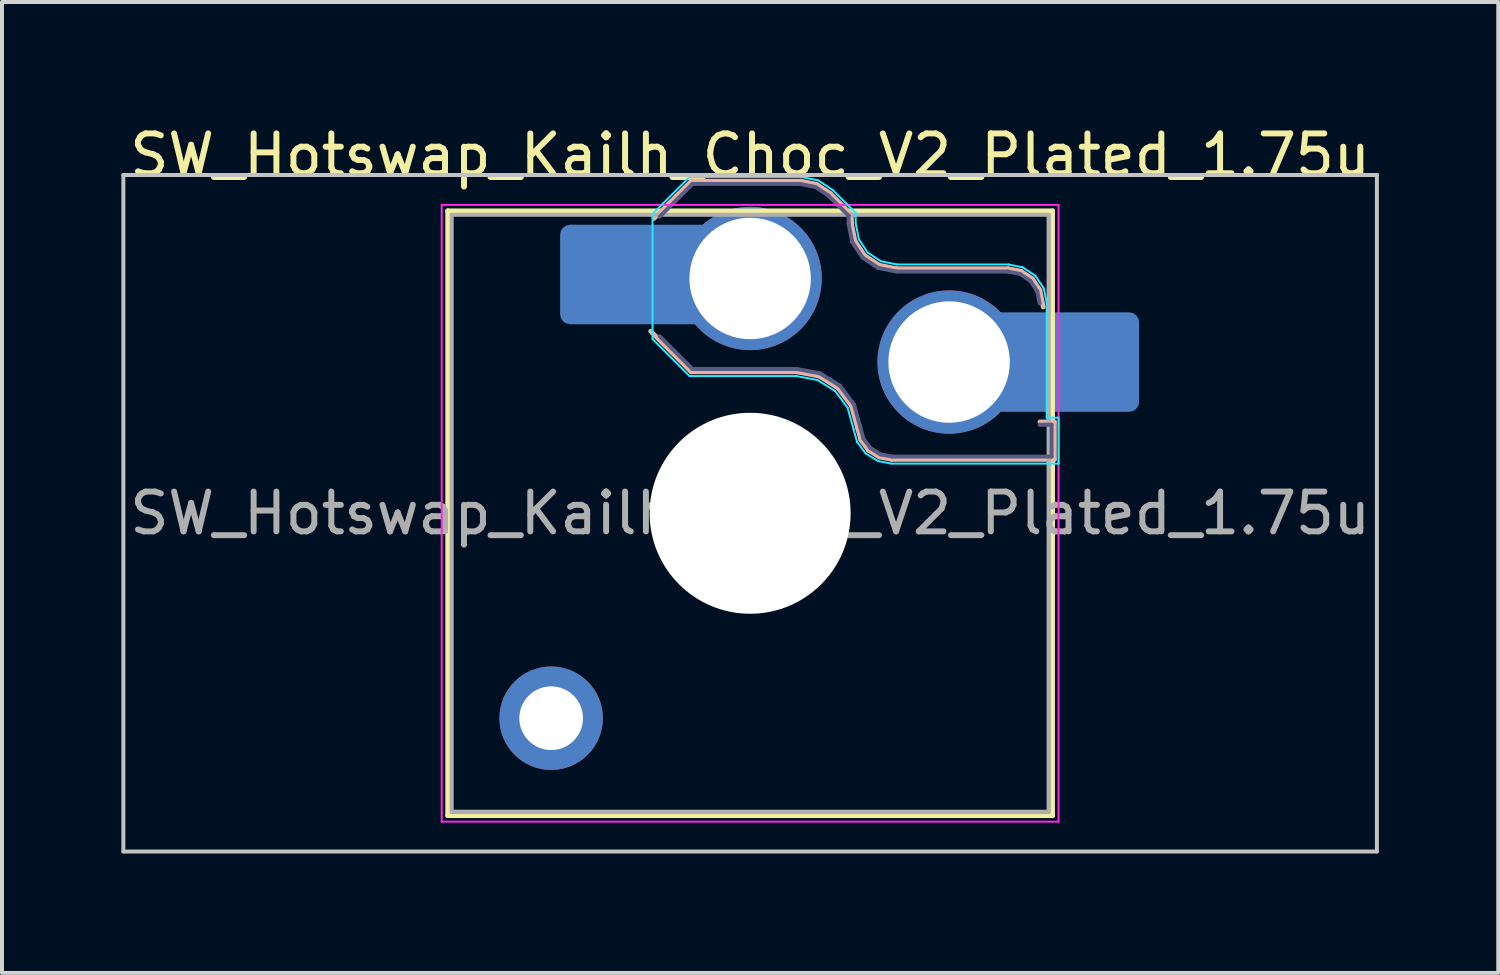
<source format=kicad_pcb>
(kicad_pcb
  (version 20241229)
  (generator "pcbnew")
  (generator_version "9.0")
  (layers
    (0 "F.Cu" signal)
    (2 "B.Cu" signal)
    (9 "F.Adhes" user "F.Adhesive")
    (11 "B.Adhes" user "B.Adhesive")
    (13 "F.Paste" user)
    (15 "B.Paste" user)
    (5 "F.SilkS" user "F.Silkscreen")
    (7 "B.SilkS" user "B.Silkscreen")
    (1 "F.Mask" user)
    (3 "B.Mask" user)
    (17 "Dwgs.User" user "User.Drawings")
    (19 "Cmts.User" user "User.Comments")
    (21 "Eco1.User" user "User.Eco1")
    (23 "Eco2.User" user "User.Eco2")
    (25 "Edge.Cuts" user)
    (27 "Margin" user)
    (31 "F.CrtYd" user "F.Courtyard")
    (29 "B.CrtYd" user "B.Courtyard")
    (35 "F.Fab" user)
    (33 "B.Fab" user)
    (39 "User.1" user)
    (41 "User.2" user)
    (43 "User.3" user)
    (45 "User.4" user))
  (footprint "SW_Hotswap_Kailh_Choc_V2_Plated_1.75u"
    (layer "F.Cu")
    (at 15.8 9.848)
    (property "Reference" "SW_Hotswap_Kailh_Choc_V2_Plated_1.75u" (at 0 -9 0) (layer "F.SilkS") (effects (font (size 1 1) (thickness 0.15))))
    (attr smd)
    (fp_line (start -7.6 -7.6) (end -7.6 7.6) (stroke (width 0.12) (type solid)) (layer "F.SilkS"))
    (fp_line (start -7.6 7.6) (end 7.6 7.6) (stroke (width 0.12) (type solid)) (layer "F.SilkS"))
    (fp_line (start 7.6 -7.6) (end -7.6 -7.6) (stroke (width 0.12) (type solid)) (layer "F.SilkS"))
    (fp_line (start 7.6 7.6) (end 7.6 -7.6) (stroke (width 0.12) (type solid)) (layer "F.SilkS"))
    (fp_line (start -2.416 -7.409) (end -1.479 -8.346) (stroke (width 0.12) (type solid)) (layer "B.SilkS"))
    (fp_line (start -1.479 -8.346) (end 1.268 -8.346) (stroke (width 0.12) (type solid)) (layer "B.SilkS"))
    (fp_line (start -1.479 -3.554) (end -2.5 -4.575) (stroke (width 0.12) (type solid)) (layer "B.SilkS"))
    (fp_line (start 1.168 -3.554) (end -1.479 -3.554) (stroke (width 0.12) (type solid)) (layer "B.SilkS"))
    (fp_line (start 1.268 -8.346) (end 1.671 -8.266) (stroke (width 0.12) (type solid)) (layer "B.SilkS"))
    (fp_line (start 1.671 -8.266) (end 2.013 -8.037) (stroke (width 0.12) (type solid)) (layer "B.SilkS"))
    (fp_line (start 1.73 -3.449) (end 1.168 -3.554) (stroke (width 0.12) (type solid)) (layer "B.SilkS"))
    (fp_line (start 2.013 -8.037) (end 2.546 -7.504) (stroke (width 0.12) (type solid)) (layer "B.SilkS"))
    (fp_line (start 2.209 -3.15) (end 1.73 -3.449) (stroke (width 0.12) (type solid)) (layer "B.SilkS"))
    (fp_line (start 2.546 -7.504) (end 2.546 -7.282) (stroke (width 0.12) (type solid)) (layer "B.SilkS"))
    (fp_line (start 2.546 -7.282) (end 2.633 -6.844) (stroke (width 0.12) (type solid)) (layer "B.SilkS"))
    (fp_line (start 2.547 -2.697) (end 2.209 -3.15) (stroke (width 0.12) (type solid)) (layer "B.SilkS"))
    (fp_line (start 2.633 -6.844) (end 2.877 -6.477) (stroke (width 0.12) (type solid)) (layer "B.SilkS"))
    (fp_line (start 2.701 -2.139) (end 2.547 -2.697) (stroke (width 0.12) (type solid)) (layer "B.SilkS"))
    (fp_line (start 2.783 -1.841) (end 2.701 -2.139) (stroke (width 0.12) (type solid)) (layer "B.SilkS"))
    (fp_line (start 2.877 -6.477) (end 3.244 -6.233) (stroke (width 0.12) (type solid)) (layer "B.SilkS"))
    (fp_line (start 2.976 -1.583) (end 2.783 -1.841) (stroke (width 0.12) (type solid)) (layer "B.SilkS"))
    (fp_line (start 3.244 -6.233) (end 3.682 -6.146) (stroke (width 0.12) (type solid)) (layer "B.SilkS"))
    (fp_line (start 3.25 -1.413) (end 2.976 -1.583) (stroke (width 0.12) (type solid)) (layer "B.SilkS"))
    (fp_line (start 3.56 -1.354) (end 3.25 -1.413) (stroke (width 0.12) (type solid)) (layer "B.SilkS"))
    (fp_line (start 3.682 -6.146) (end 6.482 -6.146) (stroke (width 0.12) (type solid)) (layer "B.SilkS"))
    (fp_line (start 6.482 -6.146) (end 6.809 -6.081) (stroke (width 0.12) (type solid)) (layer "B.SilkS"))
    (fp_line (start 6.809 -6.081) (end 7.092 -5.892) (stroke (width 0.12) (type solid)) (layer "B.SilkS"))
    (fp_line (start 7.092 -5.892) (end 7.281 -5.609) (stroke (width 0.12) (type solid)) (layer "B.SilkS"))
    (fp_line (start 7.281 -5.609) (end 7.366 -5.182) (stroke (width 0.12) (type solid)) (layer "B.SilkS"))
    (fp_line (start 7.283 -2.296) (end 7.646 -2.296) (stroke (width 0.12) (type solid)) (layer "B.SilkS"))
    (fp_line (start 7.646 -2.296) (end 7.646 -1.354) (stroke (width 0.12) (type solid)) (layer "B.SilkS"))
    (fp_line (start 7.646 -1.354) (end 3.56 -1.354) (stroke (width 0.12) (type solid)) (layer "B.SilkS"))
    (fp_line (start -15.75 -8.5) (end -15.75 8.5) (stroke (width 0.1) (type solid)) (layer "Dwgs.User"))
    (fp_line (start -15.75 8.5) (end 15.75 8.5) (stroke (width 0.1) (type solid)) (layer "Dwgs.User"))
    (fp_line (start 15.75 -8.5) (end -15.75 -8.5) (stroke (width 0.1) (type solid)) (layer "Dwgs.User"))
    (fp_line (start 15.75 8.5) (end 15.75 -8.5) (stroke (width 0.1) (type solid)) (layer "Dwgs.User"))
    (fp_line (start -7.25 -7.25) (end -7.25 7.25) (stroke (width 0.1) (type solid)) (layer "Eco1.User"))
    (fp_line (start -7.25 7.25) (end 7.25 7.25) (stroke (width 0.1) (type solid)) (layer "Eco1.User"))
    (fp_line (start 7.25 -7.25) (end -7.25 -7.25) (stroke (width 0.1) (type solid)) (layer "Eco1.User"))
    (fp_line (start 7.25 7.25) (end 7.25 -7.25) (stroke (width 0.1) (type solid)) (layer "Eco1.User"))
    (fp_line (start -2.452 -7.523) (end -1.523 -8.452) (stroke (width 0.05) (type solid)) (layer "B.CrtYd"))
    (fp_line (start -2.452 -4.377) (end -2.452 -7.523) (stroke (width 0.05) (type solid)) (layer "B.CrtYd"))
    (fp_line (start -1.523 -8.452) (end 1.278 -8.452) (stroke (width 0.05) (type solid)) (layer "B.CrtYd"))
    (fp_line (start -1.523 -3.448) (end -2.452 -4.377) (stroke (width 0.05) (type solid)) (layer "B.CrtYd"))
    (fp_line (start 1.159 -3.448) (end -1.523 -3.448) (stroke (width 0.05) (type solid)) (layer "B.CrtYd"))
    (fp_line (start 1.278 -8.452) (end 1.712 -8.366) (stroke (width 0.05) (type solid)) (layer "B.CrtYd"))
    (fp_line (start 1.691 -3.348) (end 1.159 -3.448) (stroke (width 0.05) (type solid)) (layer "B.CrtYd"))
    (fp_line (start 1.712 -8.366) (end 2.081 -8.119) (stroke (width 0.05) (type solid)) (layer "B.CrtYd"))
    (fp_line (start 2.081 -8.119) (end 2.652 -7.548) (stroke (width 0.05) (type solid)) (layer "B.CrtYd"))
    (fp_line (start 2.136 -3.071) (end 1.691 -3.348) (stroke (width 0.05) (type solid)) (layer "B.CrtYd"))
    (fp_line (start 2.45 -2.65) (end 2.136 -3.071) (stroke (width 0.05) (type solid)) (layer "B.CrtYd"))
    (fp_line (start 2.599 -2.111) (end 2.45 -2.65) (stroke (width 0.05) (type solid)) (layer "B.CrtYd"))
    (fp_line (start 2.652 -7.548) (end 2.652 -7.292) (stroke (width 0.05) (type solid)) (layer "B.CrtYd"))
    (fp_line (start 2.652 -7.292) (end 2.733 -6.885) (stroke (width 0.05) (type solid)) (layer "B.CrtYd"))
    (fp_line (start 2.687 -1.794) (end 2.599 -2.111) (stroke (width 0.05) (type solid)) (layer "B.CrtYd"))
    (fp_line (start 2.733 -6.885) (end 2.953 -6.553) (stroke (width 0.05) (type solid)) (layer "B.CrtYd"))
    (fp_line (start 2.903 -1.503) (end 2.687 -1.794) (stroke (width 0.05) (type solid)) (layer "B.CrtYd"))
    (fp_line (start 2.953 -6.553) (end 3.285 -6.333) (stroke (width 0.05) (type solid)) (layer "B.CrtYd"))
    (fp_line (start 3.211 -1.312) (end 2.903 -1.503) (stroke (width 0.05) (type solid)) (layer "B.CrtYd"))
    (fp_line (start 3.285 -6.333) (end 3.692 -6.252) (stroke (width 0.05) (type solid)) (layer "B.CrtYd"))
    (fp_line (start 3.55 -1.248) (end 3.211 -1.312) (stroke (width 0.05) (type solid)) (layer "B.CrtYd"))
    (fp_line (start 3.692 -6.252) (end 6.492 -6.252) (stroke (width 0.05) (type solid)) (layer "B.CrtYd"))
    (fp_line (start 6.492 -6.252) (end 6.85 -6.181) (stroke (width 0.05) (type solid)) (layer "B.CrtYd"))
    (fp_line (start 6.85 -6.181) (end 7.168 -5.968) (stroke (width 0.05) (type solid)) (layer "B.CrtYd"))
    (fp_line (start 7.168 -5.968) (end 7.381 -5.65) (stroke (width 0.05) (type solid)) (layer "B.CrtYd"))
    (fp_line (start 7.381 -5.65) (end 7.452 -5.292) (stroke (width 0.05) (type solid)) (layer "B.CrtYd"))
    (fp_line (start 7.452 -5.292) (end 7.452 -2.402) (stroke (width 0.05) (type solid)) (layer "B.CrtYd"))
    (fp_line (start 7.452 -2.402) (end 7.752 -2.402) (stroke (width 0.05) (type solid)) (layer "B.CrtYd"))
    (fp_line (start 7.752 -2.402) (end 7.752 -1.248) (stroke (width 0.05) (type solid)) (layer "B.CrtYd"))
    (fp_line (start 7.752 -1.248) (end 3.55 -1.248) (stroke (width 0.05) (type solid)) (layer "B.CrtYd"))
    (fp_line (start -7.75 -7.75) (end -7.75 7.75) (stroke (width 0.05) (type solid)) (layer "F.CrtYd"))
    (fp_line (start -7.75 7.75) (end 7.75 7.75) (stroke (width 0.05) (type solid)) (layer "F.CrtYd"))
    (fp_line (start 7.75 -7.75) (end -7.75 -7.75) (stroke (width 0.05) (type solid)) (layer "F.CrtYd"))
    (fp_line (start 7.75 7.75) (end 7.75 -7.75) (stroke (width 0.05) (type solid)) (layer "F.CrtYd"))
    (fp_line (start -2.275 -7.45) (end -1.45 -8.275) (stroke (width 0.1) (type solid)) (layer "B.Fab"))
    (fp_line (start -1.45 -8.275) (end 1.261 -8.275) (stroke (width 0.1) (type solid)) (layer "B.Fab"))
    (fp_line (start -1.45 -3.625) (end -2.275 -4.45) (stroke (width 0.1) (type solid)) (layer "B.Fab"))
    (fp_line (start 1.175 -3.625) (end -1.45 -3.625) (stroke (width 0.1) (type solid)) (layer "B.Fab"))
    (fp_line (start 1.261 -8.275) (end 1.643 -8.199) (stroke (width 0.1) (type solid)) (layer "B.Fab"))
    (fp_line (start 1.643 -8.199) (end 1.968 -7.982) (stroke (width 0.1) (type solid)) (layer "B.Fab"))
    (fp_line (start 1.756 -3.516) (end 1.175 -3.625) (stroke (width 0.1) (type solid)) (layer "B.Fab"))
    (fp_line (start 1.968 -7.982) (end 2.475 -7.475) (stroke (width 0.1) (type solid)) (layer "B.Fab"))
    (fp_line (start 2.258 -3.203) (end 1.756 -3.516) (stroke (width 0.1) (type solid)) (layer "B.Fab"))
    (fp_line (start 2.475 -7.475) (end 2.475 -7.275) (stroke (width 0.1) (type solid)) (layer "B.Fab"))
    (fp_line (start 2.475 -7.275) (end 2.566 -6.816) (stroke (width 0.1) (type solid)) (layer "B.Fab"))
    (fp_line (start 2.566 -6.816) (end 2.826 -6.426) (stroke (width 0.1) (type solid)) (layer "B.Fab"))
    (fp_line (start 2.612 -2.729) (end 2.258 -3.203) (stroke (width 0.1) (type solid)) (layer "B.Fab"))
    (fp_line (start 2.769 -2.158) (end 2.612 -2.729) (stroke (width 0.1) (type solid)) (layer "B.Fab"))
    (fp_line (start 2.826 -6.426) (end 3.216 -6.166) (stroke (width 0.1) (type solid)) (layer "B.Fab"))
    (fp_line (start 2.848 -1.873) (end 2.769 -2.158) (stroke (width 0.1) (type solid)) (layer "B.Fab"))
    (fp_line (start 3.025 -1.636) (end 2.848 -1.873) (stroke (width 0.1) (type solid)) (layer "B.Fab"))
    (fp_line (start 3.216 -6.166) (end 3.675 -6.075) (stroke (width 0.1) (type solid)) (layer "B.Fab"))
    (fp_line (start 3.276 -1.48) (end 3.025 -1.636) (stroke (width 0.1) (type solid)) (layer "B.Fab"))
    (fp_line (start 3.567 -1.425) (end 3.276 -1.48) (stroke (width 0.1) (type solid)) (layer "B.Fab"))
    (fp_line (start 3.675 -6.075) (end 6.475 -6.075) (stroke (width 0.1) (type solid)) (layer "B.Fab"))
    (fp_line (start 6.475 -6.075) (end 6.781 -6.014) (stroke (width 0.1) (type solid)) (layer "B.Fab"))
    (fp_line (start 6.781 -6.014) (end 7.041 -5.841) (stroke (width 0.1) (type solid)) (layer "B.Fab"))
    (fp_line (start 7.041 -5.841) (end 7.214 -5.581) (stroke (width 0.1) (type solid)) (layer "B.Fab"))
    (fp_line (start 7.214 -5.581) (end 7.275 -5.275) (stroke (width 0.1) (type solid)) (layer "B.Fab"))
    (fp_line (start 7.275 -2.225) (end 7.575 -2.225) (stroke (width 0.1) (type solid)) (layer "B.Fab"))
    (fp_line (start 7.575 -2.225) (end 7.575 -1.425) (stroke (width 0.1) (type solid)) (layer "B.Fab"))
    (fp_line (start 7.575 -1.425) (end 3.567 -1.425) (stroke (width 0.1) (type solid)) (layer "B.Fab"))
    (fp_line (start -7.5 -7.5) (end -7.5 7.5) (stroke (width 0.1) (type solid)) (layer "F.Fab"))
    (fp_line (start -7.5 7.5) (end 7.5 7.5) (stroke (width 0.1) (type solid)) (layer "F.Fab"))
    (fp_line (start 7.5 -7.5) (end -7.5 -7.5) (stroke (width 0.1) (type solid)) (layer "F.Fab"))
    (fp_line (start 7.5 7.5) (end 7.5 -7.5) (stroke (width 0.1) (type solid)) (layer "F.Fab"))
    (fp_text user "${REFERENCE}" (at 0 0 0) (layer "F.Fab") (effects (font (size 1 1) (thickness 0.15))))
    (pad "" thru_hole circle (at -5 5.15) (size 2.6 2.6) (drill 1.6) (layers "*.Cu" "*.Mask"))
    (pad "" smd roundrect (at -3.5 -6) (size 2.55 2.5) (layers "B.Mask" "B.Paste") (roundrect_rratio 0.1))
    (pad "" np_thru_hole circle (at 0 0) (size 5.05 5.05) (drill 5.05) (layers "*.Cu" "*.Mask"))
    (pad "" smd roundrect (at 8.5 -3.8) (size 2.55 2.5) (layers "B.Mask" "B.Paste") (roundrect_rratio 0.1))
    (pad "1" smd roundrect (at -2.85 -6) (size 3.85 2.5) (layers "B.Cu") (roundrect_rratio 0.1))
    (pad "1" thru_hole circle (at 0 -5.9) (size 3.6 3.6) (drill 3.05) (layers "*.Cu" "*.Mask"))
    (pad "2" thru_hole circle (at 5 -3.8) (size 3.6 3.6) (drill 3.05) (layers "*.Cu" "*.Mask"))
    (pad "2" smd roundrect (at 7.85 -3.8) (size 3.85 2.5) (layers "B.Cu") (roundrect_rratio 0.1)))
  (gr_rect
    (start -3 -3)
    (end 34.6 21.398)
    (stroke (width 0.1) (type default))
    (fill no)
    (layer "Edge.Cuts")))
</source>
